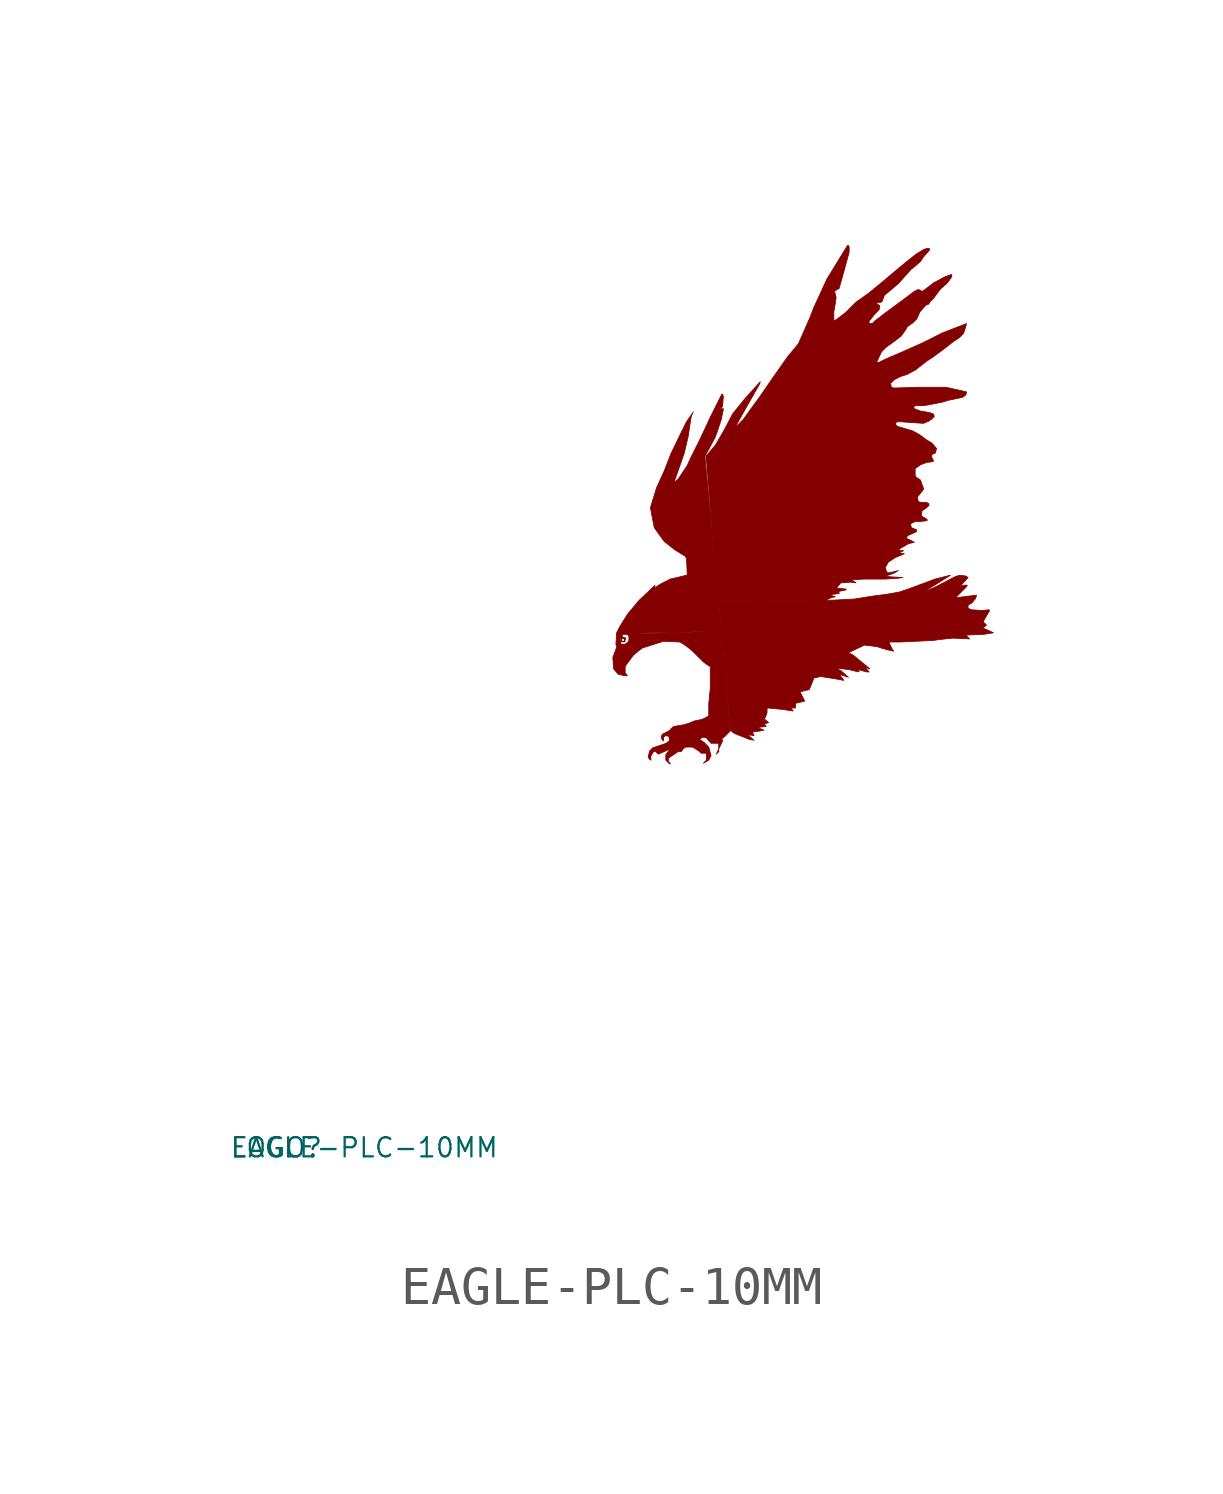
<source format=kicad_sym>
(kicad_symbol_lib
  (version 20220914)
  (generator Eagle2Kicad)
  (symbol "EAGLE-PLC-10MM"
    (property "Reference" "LOGO"
      (at -10 -10 0)
      (effects (font (size 0.5 0.5) (thickness 0.06)) (justify left)))
    (property "Value" "EAGLE-PLC-10MM"
      (at -10 -10 0)
      (effects (font (size 0.5 0.5) (thickness 0.06)) (justify left)))
    (polyline
      (pts (xy 1.022 0.12) (xy 0.982 0.14) (xy 0.942 0.2) (xy 0.982 0.361) (xy 1.062 0.441) (xy 1.242 0.501) (xy 1.363 0.541) (xy 1.443 0.581) (xy 1.503 0.641) (xy 1.483 0.742) (xy 1.403 0.761) (xy 1.343 0.721) (xy 1.343 0.621) (xy 1.303 0.661) (xy 1.283 0.742) (xy 1.323 0.802) (xy 1.403 0.842) (xy 1.483 0.882) (xy 1.523 0.922) (xy 1.583 0.982) (xy 1.623 1.002) (xy 1.864 1.042) (xy 2.004 1.082) (xy 2.144 1.142) (xy 2.244 1.162) (xy 2.345 1.182) (xy 2.505 1.262) (xy 2.525 1.283) (xy 2.525 1.583) (xy 2.565 2.004) (xy 2.565 2.565) (xy 2.525 2.585) (xy 2.385 2.685) (xy 2.244 2.826) (xy 2.104 2.966) (xy 1.984 3.066) (xy 1.844 3.166) (xy 1.764 3.206) (xy 1.343 3.226) (xy 0.782 3.046) (xy 0.561 2.866) (xy 0.381 2.625) (xy 0.341 2.565) (xy 0.341 2.405) (xy 0.401 2.325) (xy 0.321 2.325) (xy 0.16 2.365) (xy 0.04 2.505) (xy 0.02 2.806) (xy 0.12 3.066) (xy 0.12 3.086) (xy 0.1 3.146) (xy 0.12 3.447) (xy 0.2 3.607) (xy 0.401 3.928) (xy 0.701 4.289) (xy 1.122 4.689) (xy 1.102 4.629) (xy 1.122 4.629) (xy 1.283 4.729) (xy 1.523 4.85) (xy 1.944 4.95) (xy 1.964 4.97) (xy 1.944 5.391) (xy 1.904 5.451) (xy 1.643 5.611) (xy 1.363 5.832) (xy 1.102 6.192) (xy 1.002 6.713) (xy 1.162 7.234) (xy 1.363 7.675) (xy 1.543 8.136) (xy 1.824 8.717) (xy 1.944 8.958) (xy 2.124 9.218) (xy 2.084 9.138) (xy 2.064 9.078) (xy 1.984 8.557) (xy 1.884 8.136) (xy 1.723 7.675) (xy 1.623 7.395) (xy 1.643 7.395) (xy 1.723 7.455) (xy 1.964 7.816) (xy 2.064 8.036) (xy 2.285 8.477) (xy 2.585 9.118) (xy 2.866 9.679) (xy 2.886 9.679) (xy 2.906 9.619) (xy 2.886 9.359) (xy 2.826 9.299) (xy 2.826 9.278) (xy 2.866 9.299) (xy 2.906 9.299) (xy 2.906 9.278) (xy 2.846 8.998) (xy 2.745 8.697) (xy 2.685 8.537) (xy 2.545 8.277) (xy 2.425 8.056) (xy 2.866 3.487) (xy 0.281 3.427) (xy 0.2 3.307) (xy 0.2 3.206) (xy 0.22 3.146) (xy 0.261 3.126) (xy 0.341 3.126) (xy 0.441 3.206) (xy 0.441 3.387) (xy 0.401 3.427) (xy 0.701 3.427) (xy 2.866 3.487) (xy 3.086 0.882) (xy 2.926 0.721) (xy 2.866 0.681) (xy 2.886 0.621) (xy 2.725 0.281) (xy 2.786 0.341) (xy 2.786 0.561) (xy 2.585 0.561) (xy 2.565 0.581) (xy 2.465 0.701) (xy 2.365 0.721) (xy 2.285 0.661) (xy 2.405 0.581) (xy 2.525 0.461) (xy 2.585 0.24) (xy 2.525 0.12) (xy 2.385 0.04) (xy 2.465 0.12) (xy 2.465 0.301) (xy 2.325 0.301) (xy 2.264 0.361) (xy 2.104 0.461) (xy 1.924 0.461) (xy 1.864 0.421) (xy 1.804 0.341) (xy 1.723 0.341) (xy 1.543 0.22) (xy 1.483 0.18) (xy 1.463 0.1) (xy 1.523 0.02) (xy 1.483 0.04) (xy 1.403 0.12) (xy 1.403 0.261) (xy 1.523 0.421) (xy 1.443 0.381) (xy 1.222 0.281) (xy 1.202 0.281) (xy 1.142 0.341) (xy 1.082 0.341) (xy 1.022 0.24))
      (stroke (width 0.02) (type default))
      (fill (type outline)))
    (polyline
      (pts (xy 2.445 8.056) (xy 2.485 8.096) (xy 2.705 8.357) (xy 2.926 8.737) (xy 3.146 9.158) (xy 3.467 9.559) (xy 3.868 10) (xy 3.868 9.98) (xy 3.828 9.9) (xy 3.507 9.339) (xy 3.226 8.838) (xy 3.287 8.878) (xy 3.427 9.018) (xy 3.687 9.379) (xy 3.848 9.599) (xy 4.208 10.12) (xy 4.589 10.661) (xy 4.79 10.902) (xy 4.87 11.002) (xy 5.17 11.683) (xy 5.271 11.944) (xy 5.611 12.685) (xy 6.152 13.567) (xy 6.172 13.567) (xy 6.192 13.527) (xy 6.192 13.387) (xy 6.072 12.946) (xy 5.932 12.445) (xy 5.912 12.425) (xy 5.892 12.425) (xy 5.812 12.365) (xy 5.832 12.284) (xy 5.852 12.204) (xy 5.832 12.064) (xy 5.792 11.824) (xy 5.792 11.603) (xy 5.812 11.603) (xy 5.852 11.623) (xy 6.092 11.804) (xy 6.373 12.084) (xy 6.573 12.224) (xy 6.713 12.325) (xy 7.054 12.605) (xy 7.315 12.826) (xy 7.675 13.126) (xy 7.956 13.347) (xy 8.156 13.467) (xy 8.236 13.487) (xy 8.277 13.487) (xy 8.297 13.467) (xy 8.277 13.427) (xy 8.136 13.267) (xy 8.056 13.146) (xy 7.896 13.006) (xy 7.816 12.946) (xy 7.635 12.745) (xy 7.495 12.585) (xy 7.335 12.445) (xy 7.114 12.264) (xy 7.054 12.104) (xy 7.034 12.084) (xy 6.914 12.064) (xy 6.914 12.044) (xy 6.994 11.984) (xy 6.974 11.884) (xy 6.854 11.764) (xy 6.713 11.583) (xy 6.713 11.523) (xy 6.794 11.523) (xy 6.854 11.583) (xy 7.194 11.844) (xy 7.495 12.064) (xy 7.896 12.365) (xy 7.976 12.405) (xy 8.036 12.405) (xy 8.056 12.385) (xy 8.096 12.365) (xy 8.136 12.385) (xy 8.216 12.445) (xy 8.397 12.585) (xy 8.697 12.745) (xy 8.858 12.806) (xy 8.878 12.786) (xy 8.858 12.725) (xy 8.758 12.585) (xy 8.577 12.425) (xy 8.397 12.184) (xy 8.297 12.084) (xy 8.277 12.044) (xy 8.257 12.024) (xy 8.196 12.004) (xy 8.036 11.824) (xy 7.996 11.723) (xy 7.956 11.643) (xy 7.856 11.543) (xy 7.796 11.503) (xy 7.715 11.443) (xy 7.655 11.343) (xy 7.555 11.202) (xy 7.375 11.062) (xy 7.154 10.902) (xy 7.034 10.781) (xy 6.914 10.521) (xy 6.934 10.501) (xy 6.994 10.521) (xy 7.154 10.601) (xy 7.575 10.781) (xy 8.116 11.022) (xy 8.637 11.283) (xy 9.258 11.523) (xy 9.238 11.443) (xy 9.178 11.262) (xy 9.078 11.162) (xy 8.898 11.042) (xy 8.798 10.962) (xy 8.617 10.822) (xy 8.397 10.661) (xy 8.216 10.541) (xy 8.036 10.401) (xy 7.936 10.321) (xy 7.715 10.2) (xy 7.535 10.14) (xy 7.375 10.06) (xy 7.274 9.96) (xy 7.295 9.86) (xy 7.355 9.84) (xy 8.056 9.86) (xy 8.717 9.86) (xy 9.258 9.739) (xy 9.258 9.719) (xy 9.238 9.659) (xy 9.158 9.599) (xy 8.978 9.559) (xy 8.777 9.519) (xy 8.657 9.479) (xy 8.457 9.439) (xy 8.257 9.399) (xy 8.136 9.379) (xy 7.916 9.379) (xy 7.876 9.339) (xy 7.896 9.299) (xy 8.056 9.238) (xy 8.297 9.198) (xy 8.397 9.158) (xy 8.417 9.098) (xy 8.357 9.038) (xy 8.277 8.978) (xy 8.136 8.918) (xy 7.816 8.938) (xy 7.555 8.958) (xy 7.435 8.958) (xy 7.395 8.898) (xy 7.455 8.838) (xy 7.856 8.717) (xy 8.036 8.617) (xy 8.196 8.497) (xy 8.357 8.397) (xy 8.477 8.257) (xy 8.437 8.136) (xy 8.377 8.116) (xy 8.337 8.076) (xy 8.357 8.016) (xy 8.397 7.936) (xy 8.377 7.916) (xy 8.216 7.896) (xy 8.056 7.836) (xy 7.916 7.735) (xy 7.916 7.695) (xy 7.916 7.575) (xy 7.936 7.515) (xy 8.056 7.435) (xy 8.096 7.315) (xy 8.116 7.274) (xy 8.136 7.194) (xy 8.056 7.094) (xy 7.976 6.994) (xy 7.996 6.874) (xy 8.056 6.854) (xy 8.216 6.854) (xy 8.277 6.814) (xy 8.277 6.774) (xy 8.216 6.713) (xy 8.096 6.633) (xy 8.076 6.513) (xy 8.116 6.473) (xy 8.196 6.433) (xy 8.236 6.393) (xy 8.216 6.373) (xy 8.036 6.353) (xy 7.916 6.353) (xy 7.796 6.293) (xy 7.816 6.192) (xy 7.916 6.152) (xy 7.956 6.132) (xy 7.956 6.092) (xy 7.876 6.052) (xy 7.735 5.992) (xy 7.695 5.952) (xy 7.695 5.912) (xy 7.735 5.892) (xy 7.896 5.812) (xy 7.735 5.771) (xy 7.495 5.631) (xy 7.515 5.591) (xy 7.615 5.591) (xy 7.495 5.531) (xy 7.635 5.511) (xy 7.395 5.411) (xy 7.214 5.291) (xy 7.134 5.15) (xy 7.174 5.03) (xy 7.234 5.01) (xy 7.475 5.07) (xy 7.375 5.01) (xy 7.154 4.93) (xy 7.255 4.91) (xy 7.595 4.89) (xy 7.455 4.87) (xy 7.134 4.85) (xy 6.593 4.85) (xy 6.253 4.83) (xy 6.373 4.75) (xy 6.232 4.769) (xy 5.972 4.75) (xy 5.872 4.629) (xy 5.892 4.609) (xy 6.112 4.589) (xy 6.112 4.569) (xy 5.932 4.529) (xy 5.912 4.509) (xy 5.932 4.489) (xy 5.932 4.469) (xy 5.912 4.469) (xy 5.752 4.449) (xy 5.731 4.429) (xy 5.752 4.409) (xy 5.832 4.389) (xy 5.731 4.369) (xy 5.571 4.289) (xy 2.765 4.269))
      (stroke (width 0.02) (type default))
      (fill (type outline)))
    (polyline
      (pts (xy 2.786 4.269) (xy 5.591 4.289) (xy 6.333 4.329) (xy 6.834 4.409) (xy 7.154 4.449) (xy 7.495 4.509) (xy 7.735 4.589) (xy 8.437 4.85) (xy 8.838 4.95) (xy 8.196 4.549) (xy 8.236 4.549) (xy 8.497 4.669) (xy 8.958 4.91) (xy 9.078 4.95) (xy 9.238 4.93) (xy 9.299 4.89) (xy 9.098 4.669) (xy 9.198 4.689) (xy 9.278 4.689) (xy 9.258 4.649) (xy 8.998 4.389) (xy 8.998 4.369) (xy 9.038 4.369) (xy 9.519 4.429) (xy 9.499 4.349) (xy 9.399 4.228) (xy 9.299 4.168) (xy 9.299 4.088) (xy 9.379 4.048) (xy 9.679 4.028) (xy 9.84 4.048) (xy 9.86 4.028) (xy 9.699 3.748) (xy 9.699 3.727) (xy 9.78 3.647) (xy 9.679 3.567) (xy 9.699 3.567) (xy 9.96 3.447) (xy 9.719 3.407) (xy 9.238 3.387) (xy 9.339 3.287) (xy 8.898 3.307) (xy 8.517 3.267) (xy 8.397 3.247) (xy 7.515 3.206) (xy 7.234 3.206) (xy 7.255 3.146) (xy 7.315 3.026) (xy 7.355 2.966) (xy 7.174 3.006) (xy 6.914 3.086) (xy 6.593 3.126) (xy 6.172 2.926) (xy 6.293 2.866) (xy 6.733 2.505) (xy 6.613 2.545) (xy 6.713 2.425) (xy 6.653 2.425) (xy 6.573 2.445) (xy 6.433 2.485) (xy 6.453 2.425) (xy 6.353 2.445) (xy 6.192 2.485) (xy 5.852 2.525) (xy 5.992 2.445) (xy 6.172 2.285) (xy 5.932 2.365) (xy 6.012 2.264) (xy 6.052 2.204) (xy 5.832 2.244) (xy 5.451 2.305) (xy 5.271 2.264) (xy 5.21 2.104) (xy 5.15 1.964) (xy 4.91 1.904) (xy 5.03 1.663) (xy 4.79 1.603) (xy 4.79 1.483) (xy 4.669 1.483) (xy 4.729 1.403) (xy 4.469 1.443) (xy 4.068 1.483) (xy 4.048 1.463) (xy 4.048 1.403) (xy 4.048 1.363) (xy 4.008 1.242) (xy 3.968 1.202) (xy 4.088 1.102) (xy 3.968 1.062) (xy 4.028 1.002) (xy 3.868 0.982) (xy 3.828 0.962) (xy 3.968 0.902) (xy 3.868 0.882) (xy 3.707 0.862) (xy 3.667 0.842) (xy 3.707 0.761) (xy 3.567 0.782) (xy 3.587 0.742) (xy 3.707 0.641) (xy 3.587 0.661) (xy 3.186 0.822) (xy 3.086 0.902))
      (stroke (width 0.02) (type default))
      (fill (type outline)))
    (polyline
      (pts (xy 0.2 3.307) (xy 0.22 3.347) (xy 0.261 3.407) (xy 0.361 3.447) (xy 0.461 3.387) (xy 0.481 3.226) (xy 0.381 3.126) (xy 0.22 3.126) (xy 0.18 3.166) (xy 0.18 3.267) (xy 0.22 3.267) (xy 0.22 3.226) (xy 0.22 3.166) (xy 0.24 3.146) (xy 0.341 3.146) (xy 0.441 3.226) (xy 0.461 3.327) (xy 0.401 3.407) (xy 0.281 3.407) (xy 0.257 3.365) (xy 0.285 3.33) (xy 0.313 3.328) (xy 0.357 3.307) (xy 0.328 3.208) (xy 0.261 3.212) (xy 0.22 3.206) (xy 0.242 3.249) (xy 0.261 3.226) (xy 0.321 3.226) (xy 0.321 3.287) (xy 0.281 3.307) (xy 0.239 3.267) (xy 0.24 3.247))
      (stroke (width 0.02) (type default))
      (fill (type outline)))))
</source>
